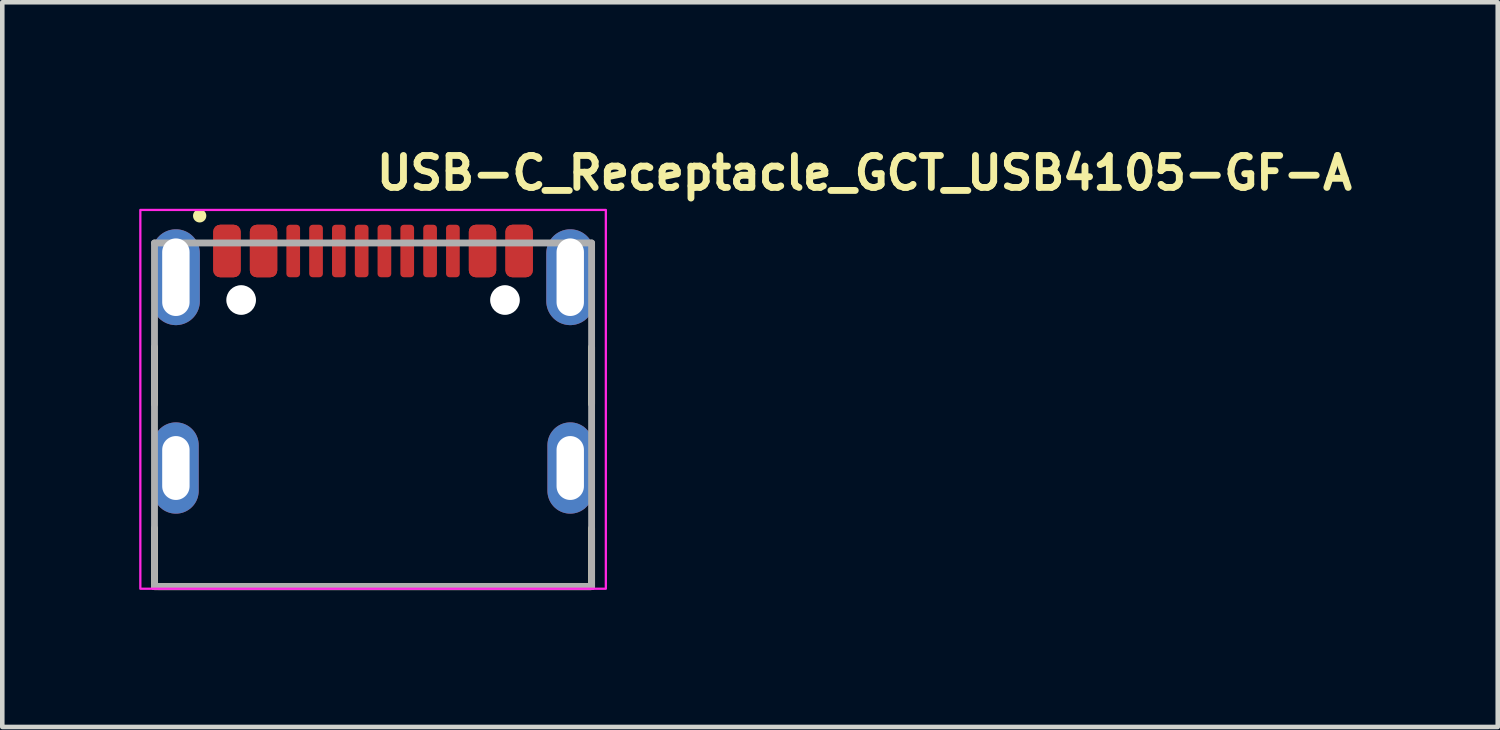
<source format=kicad_pcb>
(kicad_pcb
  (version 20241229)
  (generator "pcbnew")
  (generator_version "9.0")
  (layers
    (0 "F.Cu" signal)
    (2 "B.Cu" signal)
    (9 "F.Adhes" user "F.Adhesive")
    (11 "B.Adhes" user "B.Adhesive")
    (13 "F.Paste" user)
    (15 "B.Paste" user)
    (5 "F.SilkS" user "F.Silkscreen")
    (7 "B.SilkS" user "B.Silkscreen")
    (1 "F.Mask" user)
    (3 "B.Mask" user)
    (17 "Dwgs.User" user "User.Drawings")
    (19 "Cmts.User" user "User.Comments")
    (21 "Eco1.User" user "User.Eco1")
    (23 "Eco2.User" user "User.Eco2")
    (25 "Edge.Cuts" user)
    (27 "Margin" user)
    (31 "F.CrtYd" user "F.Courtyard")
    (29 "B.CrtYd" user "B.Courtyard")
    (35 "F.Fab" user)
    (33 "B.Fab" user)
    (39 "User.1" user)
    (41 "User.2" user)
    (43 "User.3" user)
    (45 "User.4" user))
  (footprint "USB-C_Receptacle_GCT_USB4105-GF-A"
    (layer "F.Cu")
    (at 5.125 5.95)
    (property "Reference" "USB-C_Receptacle_GCT_USB4105-GF-A" (at 0 -4.8 0) (layer "F.SilkS") (effects (font (size 0.7 0.7) (thickness 0.15)) (justify left bottom)))
    (attr smd)
    (fp_line (start -4.79 -1.395) (end -4.79 -0.145) (stroke (width 0.15) (type solid)) (layer "F.SilkS"))
    (fp_line (start -4.79 2.575) (end -4.79 3.854) (stroke (width 0.15) (type solid)) (layer "F.SilkS"))
    (fp_line (start -4.79 3.854) (end 4.788 3.854) (stroke (width 0.15) (type solid)) (layer "F.SilkS"))
    (fp_line (start 4.788 -1.395) (end 4.788 -0.145) (stroke (width 0.15) (type solid)) (layer "F.SilkS"))
    (fp_line (start 4.788 3.854) (end 4.788 2.575) (stroke (width 0.15) (type solid)) (layer "F.SilkS"))
    (fp_circle (center -3.8 -4.271) (end -3.75 -4.221) (stroke (width 0.15) (type solid)) (fill yes) (layer "F.SilkS"))
    (fp_rect (start -5.1 -4.4) (end 5.1 3.9) (stroke (width 0.05) (type solid)) (fill no) (layer "F.CrtYd"))
    (fp_line (start -4.79 -3.676) (end 4.788 -3.676) (stroke (width 0.15) (type solid)) (layer "F.Fab"))
    (fp_line (start -4.79 3.854) (end -4.79 -3.676) (stroke (width 0.15) (type solid)) (layer "F.Fab"))
    (fp_line (start -4.702 3.854) (end 4.788 3.854) (stroke (width 0.15) (type solid)) (layer "F.Fab"))
    (fp_line (start 4.788 -3.676) (end 4.788 3.854) (stroke (width 0.15) (type solid)) (layer "F.Fab"))
    (fp_line (start 4.788 3.854) (end -4.79 3.854) (stroke (width 0.15) (type solid)) (layer "F.Fab"))
    (fp_rect (start -4.79 -3.856) (end 4.788 3.854) (stroke (width 0.1) (type solid)) (fill no) (layer "User.5"))
    (fp_line (start -4.79 -3.25) (end -4.79 -3.226) (stroke (width 0.02) (type solid)) (layer "User.9"))
    (fp_line (start -4.79 -3.226) (end -4.79 -2.077) (stroke (width 0.02) (type solid)) (layer "User.9"))
    (fp_line (start -4.79 -1.875) (end -4.79 -2.077) (stroke (width 0.02) (type solid)) (layer "User.9"))
    (fp_line (start -4.789 -3.273) (end -4.79 -3.25) (stroke (width 0.02) (type solid)) (layer "User.9"))
    (fp_line (start -4.786 -3.294) (end -4.789 -3.273) (stroke (width 0.02) (type solid)) (layer "User.9"))
    (fp_line (start -4.781 -3.317) (end -4.786 -3.294) (stroke (width 0.02) (type solid)) (layer "User.9"))
    (fp_line (start -4.776 -3.339) (end -4.781 -3.317) (stroke (width 0.02) (type solid)) (layer "User.9"))
    (fp_line (start -4.771 -3.359) (end -4.776 -3.339) (stroke (width 0.02) (type solid)) (layer "User.9"))
    (fp_line (start -4.763 -3.38) (end -4.771 -3.359) (stroke (width 0.02) (type solid)) (layer "User.9"))
    (fp_line (start -4.755 -3.402) (end -4.763 -3.38) (stroke (width 0.02) (type solid)) (layer "User.9"))
    (fp_line (start -4.747 -3.422) (end -4.755 -3.402) (stroke (width 0.02) (type solid)) (layer "User.9"))
    (fp_line (start -4.736 -3.44) (end -4.747 -3.422) (stroke (width 0.02) (type solid)) (layer "User.9"))
    (fp_line (start -4.726 -3.46) (end -4.736 -3.44) (stroke (width 0.02) (type solid)) (layer "User.9"))
    (fp_line (start -4.715 -3.477) (end -4.726 -3.46) (stroke (width 0.02) (type solid)) (layer "User.9"))
    (fp_line (start -4.702 -3.496) (end -4.715 -3.477) (stroke (width 0.02) (type solid)) (layer "User.9"))
    (fp_line (start -4.688 -3.512) (end -4.702 -3.496) (stroke (width 0.02) (type solid)) (layer "User.9"))
    (fp_line (start -4.675 -3.528) (end -4.688 -3.512) (stroke (width 0.02) (type solid)) (layer "User.9"))
    (fp_line (start -4.659 -3.544) (end -4.675 -3.528) (stroke (width 0.02) (type solid)) (layer "User.9"))
    (fp_line (start -4.643 -3.56) (end -4.659 -3.544) (stroke (width 0.02) (type solid)) (layer "User.9"))
    (fp_line (start -4.64 -1.875) (end -4.79 -1.875) (stroke (width 0.02) (type solid)) (layer "User.9"))
    (fp_line (start -4.64 -1.875) (end -4.6 -1.917) (stroke (width 0.02) (type solid)) (layer "User.9"))
    (fp_line (start -4.627 -3.573) (end -4.643 -3.56) (stroke (width 0.02) (type solid)) (layer "User.9"))
    (fp_line (start -4.611 -3.586) (end -4.627 -3.573) (stroke (width 0.02) (type solid)) (layer "User.9"))
    (fp_line (start -4.6 -1.917) (end -4.6 -1.917) (stroke (width 0.02) (type solid)) (layer "User.9"))
    (fp_line (start -4.6 -1.917) (end -4.491 -2.025) (stroke (width 0.02) (type solid)) (layer "User.9"))
    (fp_line (start -4.593 -3.6) (end -4.611 -3.586) (stroke (width 0.02) (type solid)) (layer "User.9"))
    (fp_line (start -4.574 -3.61) (end -4.593 -3.6) (stroke (width 0.02) (type solid)) (layer "User.9"))
    (fp_line (start -4.555 -3.621) (end -4.574 -3.61) (stroke (width 0.02) (type solid)) (layer "User.9"))
    (fp_line (start -4.537 -3.632) (end -4.555 -3.621) (stroke (width 0.02) (type solid)) (layer "User.9"))
    (fp_line (start -4.516 -3.641) (end -4.537 -3.632) (stroke (width 0.02) (type solid)) (layer "User.9"))
    (fp_line (start -4.496 -3.649) (end -4.516 -3.641) (stroke (width 0.02) (type solid)) (layer "User.9"))
    (fp_line (start -4.491 -3.242) (end -4.491 -3.234) (stroke (width 0.02) (type solid)) (layer "User.9"))
    (fp_line (start -4.491 -3.234) (end -4.491 -3.226) (stroke (width 0.02) (type solid)) (layer "User.9"))
    (fp_line (start -4.491 -3.226) (end -4.491 -2.077) (stroke (width 0.02) (type solid)) (layer "User.9"))
    (fp_line (start -4.491 -2.327) (end -4.47 -2.327) (stroke (width 0.02) (type solid)) (layer "User.9"))
    (fp_line (start -4.491 -2.025) (end -4.491 -2.077) (stroke (width 0.02) (type solid)) (layer "User.9"))
    (fp_line (start -4.489 -3.249) (end -4.491 -3.242) (stroke (width 0.02) (type solid)) (layer "User.9"))
    (fp_line (start -4.488 -3.257) (end -4.489 -3.249) (stroke (width 0.02) (type solid)) (layer "User.9"))
    (fp_line (start -4.486 -3.263) (end -4.488 -3.257) (stroke (width 0.02) (type solid)) (layer "User.9"))
    (fp_line (start -4.484 -3.27) (end -4.486 -3.263) (stroke (width 0.02) (type solid)) (layer "User.9"))
    (fp_line (start -4.481 -3.278) (end -4.484 -3.27) (stroke (width 0.02) (type solid)) (layer "User.9"))
    (fp_line (start -4.479 -3.285) (end -4.481 -3.278) (stroke (width 0.02) (type solid)) (layer "User.9"))
    (fp_line (start -4.476 -3.291) (end -4.479 -3.285) (stroke (width 0.02) (type solid)) (layer "User.9"))
    (fp_line (start -4.475 -3.656) (end -4.496 -3.649) (stroke (width 0.02) (type solid)) (layer "User.9"))
    (fp_line (start -4.473 -3.298) (end -4.476 -3.291) (stroke (width 0.02) (type solid)) (layer "User.9"))
    (fp_line (start -4.47 -3.303) (end -4.473 -3.298) (stroke (width 0.02) (type solid)) (layer "User.9"))
    (fp_line (start -4.47 -3.176) (end -4.47 -3.301) (stroke (width 0.02) (type solid)) (layer "User.9"))
    (fp_line (start -4.47 -3.176) (end -4.47 -3.125) (stroke (width 0.02) (type solid)) (layer "User.9"))
    (fp_line (start -4.47 -3.125) (end -4.47 3.854) (stroke (width 0.02) (type solid)) (layer "User.9"))
    (fp_line (start -4.47 -2.952) (end -4.491 -2.923) (stroke (width 0.02) (type solid)) (layer "User.9"))
    (fp_line (start -4.465 -3.31) (end -4.47 -3.303) (stroke (width 0.02) (type solid)) (layer "User.9"))
    (fp_line (start -4.462 -3.315) (end -4.465 -3.31) (stroke (width 0.02) (type solid)) (layer "User.9"))
    (fp_line (start -4.462 -3.125) (end -4.47 -3.125) (stroke (width 0.02) (type solid)) (layer "User.9"))
    (fp_line (start -4.462 -3.125) (end -4.462 -3.125) (stroke (width 0.02) (type solid)) (layer "User.9"))
    (fp_line (start -4.462 3.854) (end -4.47 3.854) (stroke (width 0.02) (type solid)) (layer "User.9"))
    (fp_line (start -4.462 3.854) (end -4.462 3.854) (stroke (width 0.02) (type solid)) (layer "User.9"))
    (fp_line (start -4.457 -3.322) (end -4.462 -3.315) (stroke (width 0.02) (type solid)) (layer "User.9"))
    (fp_line (start -4.454 -3.661) (end -4.475 -3.656) (stroke (width 0.02) (type solid)) (layer "User.9"))
    (fp_line (start -4.452 -3.326) (end -4.457 -3.322) (stroke (width 0.02) (type solid)) (layer "User.9"))
    (fp_line (start -4.447 -3.332) (end -4.452 -3.326) (stroke (width 0.02) (type solid)) (layer "User.9"))
    (fp_line (start -4.441 -3.338) (end -4.447 -3.332) (stroke (width 0.02) (type solid)) (layer "User.9"))
    (fp_line (start -4.438 -3.125) (end -4.462 -3.125) (stroke (width 0.02) (type solid)) (layer "User.9"))
    (fp_line (start -4.438 -3.125) (end -4.438 -3.125) (stroke (width 0.02) (type solid)) (layer "User.9"))
    (fp_line (start -4.438 3.854) (end -4.462 3.854) (stroke (width 0.02) (type solid)) (layer "User.9"))
    (fp_line (start -4.438 3.854) (end -4.438 3.854) (stroke (width 0.02) (type solid)) (layer "User.9"))
    (fp_line (start -4.436 -3.342) (end -4.441 -3.338) (stroke (width 0.02) (type solid)) (layer "User.9"))
    (fp_line (start -4.431 -3.666) (end -4.454 -3.661) (stroke (width 0.02) (type solid)) (layer "User.9"))
    (fp_line (start -4.43 -3.347) (end -4.436 -3.342) (stroke (width 0.02) (type solid)) (layer "User.9"))
    (fp_line (start -4.425 -3.351) (end -4.43 -3.347) (stroke (width 0.02) (type solid)) (layer "User.9"))
    (fp_line (start -4.419 -3.355) (end -4.425 -3.351) (stroke (width 0.02) (type solid)) (layer "User.9"))
    (fp_line (start -4.412 -3.358) (end -4.419 -3.355) (stroke (width 0.02) (type solid)) (layer "User.9"))
    (fp_line (start -4.409 -3.67) (end -4.431 -3.666) (stroke (width 0.02) (type solid)) (layer "User.9"))
    (fp_line (start -4.406 -3.362) (end -4.412 -3.358) (stroke (width 0.02) (type solid)) (layer "User.9"))
    (fp_line (start -4.399 -3.364) (end -4.406 -3.362) (stroke (width 0.02) (type solid)) (layer "User.9"))
    (fp_line (start -4.399 -3.125) (end -4.438 -3.125) (stroke (width 0.02) (type solid)) (layer "User.9"))
    (fp_line (start -4.399 -3.125) (end -4.399 -3.125) (stroke (width 0.02) (type solid)) (layer "User.9"))
    (fp_line (start -4.399 3.854) (end -4.438 3.854) (stroke (width 0.02) (type solid)) (layer "User.9"))
    (fp_line (start -4.399 3.854) (end -4.399 3.854) (stroke (width 0.02) (type solid)) (layer "User.9"))
    (fp_line (start -4.393 -3.367) (end -4.399 -3.364) (stroke (width 0.02) (type solid)) (layer "User.9"))
    (fp_line (start -4.388 -3.673) (end -4.409 -3.67) (stroke (width 0.02) (type solid)) (layer "User.9"))
    (fp_line (start -4.385 -3.37) (end -4.393 -3.367) (stroke (width 0.02) (type solid)) (layer "User.9"))
    (fp_line (start -4.379 -3.371) (end -4.385 -3.37) (stroke (width 0.02) (type solid)) (layer "User.9"))
    (fp_line (start -4.372 -3.372) (end -4.379 -3.371) (stroke (width 0.02) (type solid)) (layer "User.9"))
    (fp_line (start -4.364 -3.676) (end -4.388 -3.673) (stroke (width 0.02) (type solid)) (layer "User.9"))
    (fp_line (start -4.364 -3.375) (end -4.372 -3.372) (stroke (width 0.02) (type solid)) (layer "User.9"))
    (fp_line (start -4.363 -3.285) (end -4.47 -3.176) (stroke (width 0.02) (type solid)) (layer "User.9"))
    (fp_line (start -4.363 -3.285) (end -4.363 -3.285) (stroke (width 0.02) (type solid)) (layer "User.9"))
    (fp_line (start -4.356 -3.375) (end -4.364 -3.375) (stroke (width 0.02) (type solid)) (layer "User.9"))
    (fp_line (start -4.348 -3.375) (end -4.356 -3.375) (stroke (width 0.02) (type solid)) (layer "User.9"))
    (fp_line (start -4.345 -3.125) (end -4.399 -3.125) (stroke (width 0.02) (type solid)) (layer "User.9"))
    (fp_line (start -4.345 -3.125) (end -4.345 -3.125) (stroke (width 0.02) (type solid)) (layer "User.9"))
    (fp_line (start -4.345 3.854) (end -4.399 3.854) (stroke (width 0.02) (type solid)) (layer "User.9"))
    (fp_line (start -4.345 3.854) (end -4.345 3.854) (stroke (width 0.02) (type solid)) (layer "User.9"))
    (fp_line (start -4.34 -3.676) (end -4.364 -3.676) (stroke (width 0.02) (type solid)) (layer "User.9"))
    (fp_line (start -4.34 -3.676) (end -4.321 -3.676) (stroke (width 0.02) (type solid)) (layer "User.9"))
    (fp_line (start -4.34 -3.375) (end -4.348 -3.375) (stroke (width 0.02) (type solid)) (layer "User.9"))
    (fp_line (start -4.34 -3.375) (end -4.321 -3.375) (stroke (width 0.02) (type solid)) (layer "User.9"))
    (fp_line (start -4.321 -3.676) (end -4.314 -3.676) (stroke (width 0.02) (type solid)) (layer "User.9"))
    (fp_line (start -4.321 -3.375) (end -4.321 -3.676) (stroke (width 0.02) (type solid)) (layer "User.9"))
    (fp_line (start -4.321 -3.375) (end -4.321 -3.326) (stroke (width 0.02) (type solid)) (layer "User.9"))
    (fp_line (start -4.321 -3.375) (end -4.314 -3.375) (stroke (width 0.02) (type solid)) (layer "User.9"))
    (fp_line (start -4.321 -3.326) (end -4.363 -3.285) (stroke (width 0.02) (type solid)) (layer "User.9"))
    (fp_line (start -4.314 -3.676) (end -4.314 -3.676) (stroke (width 0.02) (type solid)) (layer "User.9"))
    (fp_line (start -4.314 -3.676) (end -4.297 -3.676) (stroke (width 0.02) (type solid)) (layer "User.9"))
    (fp_line (start -4.314 -3.375) (end -4.314 -3.375) (stroke (width 0.02) (type solid)) (layer "User.9"))
    (fp_line (start -4.314 -3.375) (end -4.297 -3.375) (stroke (width 0.02) (type solid)) (layer "User.9"))
    (fp_line (start -4.297 -3.676) (end -4.297 -3.676) (stroke (width 0.02) (type solid)) (layer "User.9"))
    (fp_line (start -4.297 -3.676) (end -4.268 -3.676) (stroke (width 0.02) (type solid)) (layer "User.9"))
    (fp_line (start -4.297 -3.375) (end -4.297 -3.375) (stroke (width 0.02) (type solid)) (layer "User.9"))
    (fp_line (start -4.297 -3.375) (end -4.268 -3.375) (stroke (width 0.02) (type solid)) (layer "User.9"))
    (fp_line (start -4.274 -3.125) (end -4.345 -3.125) (stroke (width 0.02) (type solid)) (layer "User.9"))
    (fp_line (start -4.274 -3.125) (end -4.274 -3.125) (stroke (width 0.02) (type solid)) (layer "User.9"))
    (fp_line (start -4.274 3.854) (end -4.345 3.854) (stroke (width 0.02) (type solid)) (layer "User.9"))
    (fp_line (start -4.274 3.854) (end -4.274 3.854) (stroke (width 0.02) (type solid)) (layer "User.9"))
    (fp_line (start -4.268 -3.676) (end -4.268 -3.676) (stroke (width 0.02) (type solid)) (layer "User.9"))
    (fp_line (start -4.268 -3.676) (end -4.225 -3.676) (stroke (width 0.02) (type solid)) (layer "User.9"))
    (fp_line (start -4.268 -3.375) (end -4.268 -3.375) (stroke (width 0.02) (type solid)) (layer "User.9"))
    (fp_line (start -4.268 -3.375) (end -4.225 -3.375) (stroke (width 0.02) (type solid)) (layer "User.9"))
    (fp_line (start -4.225 -3.676) (end -4.225 -3.676) (stroke (width 0.02) (type solid)) (layer "User.9"))
    (fp_line (start -4.225 -3.676) (end -4.173 -3.676) (stroke (width 0.02) (type solid)) (layer "User.9"))
    (fp_line (start -4.225 -3.375) (end -4.225 -3.375) (stroke (width 0.02) (type solid)) (layer "User.9"))
    (fp_line (start -4.225 -3.375) (end -4.173 -3.375) (stroke (width 0.02) (type solid)) (layer "User.9"))
    (fp_line (start -4.191 -3.125) (end -4.274 -3.125) (stroke (width 0.02) (type solid)) (layer "User.9"))
    (fp_line (start -4.191 -3.125) (end -4.191 -3.125) (stroke (width 0.02) (type solid)) (layer "User.9"))
    (fp_line (start -4.191 3.854) (end -4.274 3.854) (stroke (width 0.02) (type solid)) (layer "User.9"))
    (fp_line (start -4.191 3.854) (end -4.191 3.854) (stroke (width 0.02) (type solid)) (layer "User.9"))
    (fp_line (start -4.173 -3.676) (end -4.173 -3.676) (stroke (width 0.02) (type solid)) (layer "User.9"))
    (fp_line (start -4.173 -3.676) (end -4.111 -3.676) (stroke (width 0.02) (type solid)) (layer "User.9"))
    (fp_line (start -4.173 -3.375) (end -4.173 -3.375) (stroke (width 0.02) (type solid)) (layer "User.9"))
    (fp_line (start -4.173 -3.375) (end -4.111 -3.375) (stroke (width 0.02) (type solid)) (layer "User.9"))
    (fp_line (start -4.17 -3.375) (end -4.17 -3.326) (stroke (width 0.02) (type solid)) (layer "User.9"))
    (fp_line (start -4.17 -3.326) (end -4.321 -3.326) (stroke (width 0.02) (type solid)) (layer "User.9"))
    (fp_line (start -4.17 -3.326) (end -4.17 -3.176) (stroke (width 0.02) (type solid)) (layer "User.9"))
    (fp_line (start -4.17 -3.176) (end -3.972 -3.375) (stroke (width 0.02) (type solid)) (layer "User.9"))
    (fp_line (start -4.17 -3.125) (end -4.17 -3.176) (stroke (width 0.02) (type solid)) (layer "User.9"))
    (fp_line (start -4.164 -3.176) (end -4.17 -3.176) (stroke (width 0.02) (type solid)) (layer "User.9"))
    (fp_line (start -4.164 -3.176) (end -4.164 -3.176) (stroke (width 0.02) (type solid)) (layer "User.9"))
    (fp_line (start -4.146 -3.176) (end -4.164 -3.176) (stroke (width 0.02) (type solid)) (layer "User.9"))
    (fp_line (start -4.146 -3.176) (end -4.146 -3.176) (stroke (width 0.02) (type solid)) (layer "User.9"))
    (fp_line (start -4.116 -3.176) (end -4.146 -3.176) (stroke (width 0.02) (type solid)) (layer "User.9"))
    (fp_line (start -4.116 -3.176) (end -4.116 -3.176) (stroke (width 0.02) (type solid)) (layer "User.9"))
    (fp_line (start -4.111 -3.676) (end -4.111 -3.676) (stroke (width 0.02) (type solid)) (layer "User.9"))
    (fp_line (start -4.111 -3.676) (end -4.037 -3.676) (stroke (width 0.02) (type solid)) (layer "User.9"))
    (fp_line (start -4.111 -3.375) (end -4.111 -3.375) (stroke (width 0.02) (type solid)) (layer "User.9"))
    (fp_line (start -4.111 -3.375) (end -4.037 -3.375) (stroke (width 0.02) (type solid)) (layer "User.9"))
    (fp_line (start -4.096 -3.125) (end -4.191 -3.125) (stroke (width 0.02) (type solid)) (layer "User.9"))
    (fp_line (start -4.096 -3.125) (end -4.096 -3.125) (stroke (width 0.02) (type solid)) (layer "User.9"))
    (fp_line (start -4.096 3.854) (end -4.191 3.854) (stroke (width 0.02) (type solid)) (layer "User.9"))
    (fp_line (start -4.096 3.854) (end -4.096 3.854) (stroke (width 0.02) (type solid)) (layer "User.9"))
    (fp_line (start -4.074 -3.176) (end -4.116 -3.176) (stroke (width 0.02) (type solid)) (layer "User.9"))
    (fp_line (start -4.074 -3.176) (end -4.074 -3.176) (stroke (width 0.02) (type solid)) (layer "User.9"))
    (fp_line (start -4.037 -3.676) (end -4.037 -3.676) (stroke (width 0.02) (type solid)) (layer "User.9"))
    (fp_line (start -4.037 -3.676) (end -3.955 -3.676) (stroke (width 0.02) (type solid)) (layer "User.9"))
    (fp_line (start -4.037 -3.375) (end -4.037 -3.375) (stroke (width 0.02) (type solid)) (layer "User.9"))
    (fp_line (start -4.037 -3.375) (end -3.955 -3.375) (stroke (width 0.02) (type solid)) (layer "User.9"))
    (fp_line (start -4.021 -3.176) (end -4.074 -3.176) (stroke (width 0.02) (type solid)) (layer "User.9"))
    (fp_line (start -4.021 -3.176) (end -4.021 -3.176) (stroke (width 0.02) (type solid)) (layer "User.9"))
    (fp_line (start -3.989 -3.125) (end -4.096 -3.125) (stroke (width 0.02) (type solid)) (layer "User.9"))
    (fp_line (start -3.989 -3.125) (end -3.989 -3.125) (stroke (width 0.02) (type solid)) (layer "User.9"))
    (fp_line (start -3.989 3.854) (end -4.096 3.854) (stroke (width 0.02) (type solid)) (layer "User.9"))
    (fp_line (start -3.989 3.854) (end -3.989 3.854) (stroke (width 0.02) (type solid)) (layer "User.9"))
    (fp_line (start -3.958 -3.176) (end -4.021 -3.176) (stroke (width 0.02) (type solid)) (layer "User.9"))
    (fp_line (start -3.958 -3.176) (end -3.958 -3.176) (stroke (width 0.02) (type solid)) (layer "User.9"))
    (fp_line (start -3.955 -3.676) (end -3.955 -3.676) (stroke (width 0.02) (type solid)) (layer "User.9"))
    (fp_line (start -3.955 -3.676) (end -3.769 -3.676) (stroke (width 0.02) (type solid)) (layer "User.9"))
    (fp_line (start -3.955 -3.375) (end -3.955 -3.375) (stroke (width 0.02) (type solid)) (layer "User.9"))
    (fp_line (start -3.955 -3.375) (end -3.769 -3.375) (stroke (width 0.02) (type solid)) (layer "User.9"))
    (fp_line (start -3.883 -3.176) (end -3.958 -3.176) (stroke (width 0.02) (type solid)) (layer "User.9"))
    (fp_line (start -3.883 -3.176) (end -3.883 -3.176) (stroke (width 0.02) (type solid)) (layer "User.9"))
    (fp_line (start -3.871 -3.125) (end -3.989 -3.125) (stroke (width 0.02) (type solid)) (layer "User.9"))
    (fp_line (start -3.871 -3.125) (end -3.871 -3.125) (stroke (width 0.02) (type solid)) (layer "User.9"))
    (fp_line (start -3.871 3.854) (end -3.989 3.854) (stroke (width 0.02) (type solid)) (layer "User.9"))
    (fp_line (start -3.871 3.854) (end -3.871 3.854) (stroke (width 0.02) (type solid)) (layer "User.9"))
    (fp_line (start -3.769 -3.676) (end -3.769 -3.676) (stroke (width 0.02) (type solid)) (layer "User.9"))
    (fp_line (start -3.769 -3.676) (end -3.33 -3.676) (stroke (width 0.02) (type solid)) (layer "User.9"))
    (fp_line (start -3.769 -3.375) (end -3.769 -3.375) (stroke (width 0.02) (type solid)) (layer "User.9"))
    (fp_line (start -3.769 -3.375) (end -3.33 -3.375) (stroke (width 0.02) (type solid)) (layer "User.9"))
    (fp_line (start -3.713 -3.176) (end -3.883 -3.176) (stroke (width 0.02) (type solid)) (layer "User.9"))
    (fp_line (start -3.713 -3.176) (end -3.713 -3.176) (stroke (width 0.02) (type solid)) (layer "User.9"))
    (fp_line (start -3.613 -3.125) (end -3.871 -3.125) (stroke (width 0.02) (type solid)) (layer "User.9"))
    (fp_line (start -3.613 -3.125) (end -3.613 -3.125) (stroke (width 0.02) (type solid)) (layer "User.9"))
    (fp_line (start -3.613 3.854) (end -3.871 3.854) (stroke (width 0.02) (type solid)) (layer "User.9"))
    (fp_line (start -3.613 3.854) (end -3.613 3.854) (stroke (width 0.02) (type solid)) (layer "User.9"))
    (fp_line (start -3.515 -3.176) (end -3.713 -3.176) (stroke (width 0.02) (type solid)) (layer "User.9"))
    (fp_line (start -3.515 -3.176) (end -3.515 -3.176) (stroke (width 0.02) (type solid)) (layer "User.9"))
    (fp_line (start -3.451 -3.856) (end -3.451 -3.676) (stroke (width 0.02) (type solid)) (layer "User.9"))
    (fp_line (start -3.451 -3.856) (end -3.21 -3.856) (stroke (width 0.02) (type solid)) (layer "User.9"))
    (fp_line (start -3.33 -3.676) (end -3.293 -3.676) (stroke (width 0.02) (type solid)) (layer "User.9"))
    (fp_line (start -3.33 -3.375) (end -3.293 -3.375) (stroke (width 0.02) (type solid)) (layer "User.9"))
    (fp_line (start -3.293 -3.676) (end -3.009 -3.676) (stroke (width 0.02) (type solid)) (layer "User.9"))
    (fp_line (start -3.293 -3.375) (end -3.009 -3.375) (stroke (width 0.02) (type solid)) (layer "User.9"))
    (fp_line (start -3.21 -3.856) (end -3.21 -3.676) (stroke (width 0.02) (type solid)) (layer "User.9"))
    (fp_line (start -3.19 -3.856) (end -3.19 -3.676) (stroke (width 0.02) (type solid)) (layer "User.9"))
    (fp_line (start -3.19 -3.856) (end -2.952 -3.856) (stroke (width 0.02) (type solid)) (layer "User.9"))
    (fp_line (start -3.19 -3.176) (end -3.515 -3.176) (stroke (width 0.02) (type solid)) (layer "User.9"))
    (fp_line (start -3.19 -3.125) (end -3.613 -3.125) (stroke (width 0.02) (type solid)) (layer "User.9"))
    (fp_line (start -3.19 3.854) (end -3.613 3.854) (stroke (width 0.02) (type solid)) (layer "User.9"))
    (fp_line (start -3.009 -3.676) (end -2.868 -3.676) (stroke (width 0.02) (type solid)) (layer "User.9"))
    (fp_line (start -3.009 -3.375) (end -2.868 -3.375) (stroke (width 0.02) (type solid)) (layer "User.9"))
    (fp_line (start -2.952 -3.856) (end -2.952 -3.676) (stroke (width 0.02) (type solid)) (layer "User.9"))
    (fp_line (start -2.868 -3.676) (end -2.609 -3.676) (stroke (width 0.02) (type solid)) (layer "User.9"))
    (fp_line (start -2.868 -3.375) (end -2.609 -3.375) (stroke (width 0.02) (type solid)) (layer "User.9"))
    (fp_line (start -2.709 -3.125) (end -3.19 -3.125) (stroke (width 0.02) (type solid)) (layer "User.9"))
    (fp_line (start -2.703 -3.126) (end -2.709 -3.126) (stroke (width 0.02) (type solid)) (layer "User.9"))
    (fp_line (start -2.698 -3.126) (end -2.703 -3.126) (stroke (width 0.02) (type solid)) (layer "User.9"))
    (fp_line (start -2.694 -3.128) (end -2.698 -3.126) (stroke (width 0.02) (type solid)) (layer "User.9"))
    (fp_line (start -2.689 -3.129) (end -2.694 -3.128) (stroke (width 0.02) (type solid)) (layer "User.9"))
    (fp_line (start -2.684 -3.129) (end -2.689 -3.129) (stroke (width 0.02) (type solid)) (layer "User.9"))
    (fp_line (start -2.678 -3.13) (end -2.684 -3.129) (stroke (width 0.02) (type solid)) (layer "User.9"))
    (fp_line (start -2.674 -3.133) (end -2.678 -3.13) (stroke (width 0.02) (type solid)) (layer "User.9"))
    (fp_line (start -2.669 -3.133) (end -2.674 -3.133) (stroke (width 0.02) (type solid)) (layer "User.9"))
    (fp_line (start -2.665 -3.136) (end -2.669 -3.133) (stroke (width 0.02) (type solid)) (layer "User.9"))
    (fp_line (start -2.661 -3.138) (end -2.665 -3.136) (stroke (width 0.02) (type solid)) (layer "User.9"))
    (fp_line (start -2.657 -3.141) (end -2.661 -3.138) (stroke (width 0.02) (type solid)) (layer "User.9"))
    (fp_line (start -2.653 -3.144) (end -2.657 -3.141) (stroke (width 0.02) (type solid)) (layer "User.9"))
    (fp_line (start -2.65 -3.856) (end -2.65 -3.676) (stroke (width 0.02) (type solid)) (layer "User.9"))
    (fp_line (start -2.65 -3.856) (end -2.411 -3.856) (stroke (width 0.02) (type solid)) (layer "User.9"))
    (fp_line (start -2.65 -1.426) (end -2.65 -1.401) (stroke (width 0.02) (type solid)) (layer "User.9"))
    (fp_line (start -2.65 -1.426) (end -1.351 -1.426) (stroke (width 0.02) (type solid)) (layer "User.9"))
    (fp_line (start -2.65 -1.401) (end -2.65 -1.426) (stroke (width 0.02) (type solid)) (layer "User.9"))
    (fp_line (start -2.65 -1.401) (end -2.564 -1.401) (stroke (width 0.02) (type solid)) (layer "User.9"))
    (fp_line (start -2.65 -0.951) (end -2.65 -0.927) (stroke (width 0.02) (type solid)) (layer "User.9"))
    (fp_line (start -2.65 -0.927) (end -1.351 -0.927) (stroke (width 0.02) (type solid)) (layer "User.9"))
    (fp_line (start -2.649 -3.145) (end -2.653 -3.144) (stroke (width 0.02) (type solid)) (layer "User.9"))
    (fp_line (start -2.645 -3.149) (end -2.649 -3.145) (stroke (width 0.02) (type solid)) (layer "User.9"))
    (fp_line (start -2.641 -3.152) (end -2.645 -3.149) (stroke (width 0.02) (type solid)) (layer "User.9"))
    (fp_line (start -2.637 -3.156) (end -2.641 -3.152) (stroke (width 0.02) (type solid)) (layer "User.9"))
    (fp_line (start -2.634 -3.158) (end -2.637 -3.156) (stroke (width 0.02) (type solid)) (layer "User.9"))
    (fp_line (start -2.632 -3.162) (end -2.634 -3.158) (stroke (width 0.02) (type solid)) (layer "User.9"))
    (fp_line (start -2.629 -3.166) (end -2.632 -3.162) (stroke (width 0.02) (type solid)) (layer "User.9"))
    (fp_line (start -2.625 -3.17) (end -2.629 -3.166) (stroke (width 0.02) (type solid)) (layer "User.9"))
    (fp_line (start -2.622 -3.174) (end -2.625 -3.17) (stroke (width 0.02) (type solid)) (layer "User.9"))
    (fp_line (start -2.621 -3.178) (end -2.622 -3.174) (stroke (width 0.02) (type solid)) (layer "User.9"))
    (fp_line (start -2.621 -3.176) (end -3.19 -3.176) (stroke (width 0.02) (type solid)) (layer "User.9"))
    (fp_line (start -2.618 -3.182) (end -2.621 -3.178) (stroke (width 0.02) (type solid)) (layer "User.9"))
    (fp_line (start -2.617 -3.188) (end -2.618 -3.182) (stroke (width 0.02) (type solid)) (layer "User.9"))
    (fp_line (start -2.614 -3.192) (end -2.617 -3.188) (stroke (width 0.02) (type solid)) (layer "User.9"))
    (fp_line (start -2.613 -3.197) (end -2.614 -3.192) (stroke (width 0.02) (type solid)) (layer "User.9"))
    (fp_line (start -2.612 -3.202) (end -2.613 -3.197) (stroke (width 0.02) (type solid)) (layer "User.9"))
    (fp_line (start -2.61 -3.206) (end -2.612 -3.202) (stroke (width 0.02) (type solid)) (layer "User.9"))
    (fp_line (start -2.609 -3.676) (end -1.744 -3.676) (stroke (width 0.02) (type solid)) (layer "User.9"))
    (fp_line (start -2.609 -3.544) (end -2.609 -3.676) (stroke (width 0.02) (type solid)) (layer "User.9"))
    (fp_line (start -2.609 -3.544) (end -2.609 -3.544) (stroke (width 0.02) (type solid)) (layer "User.9"))
    (fp_line (start -2.609 -3.226) (end -2.609 -3.544) (stroke (width 0.02) (type solid)) (layer "User.9"))
    (fp_line (start -2.609 -3.226) (end -2.609 -3.221) (stroke (width 0.02) (type solid)) (layer "User.9"))
    (fp_line (start -2.609 -3.221) (end -2.609 -3.215) (stroke (width 0.02) (type solid)) (layer "User.9"))
    (fp_line (start -2.609 -3.215) (end -2.609 -3.21) (stroke (width 0.02) (type solid)) (layer "User.9"))
    (fp_line (start -2.609 -3.21) (end -2.61 -3.206) (stroke (width 0.02) (type solid)) (layer "User.9"))
    (fp_line (start -2.564 -0.951) (end -2.65 -0.951) (stroke (width 0.02) (type solid)) (layer "User.9"))
    (fp_line (start -2.411 -3.856) (end -2.411 -3.676) (stroke (width 0.02) (type solid)) (layer "User.9"))
    (fp_line (start -2.391 -3.856) (end -2.391 -3.676) (stroke (width 0.02) (type solid)) (layer "User.9"))
    (fp_line (start -2.391 -3.856) (end -2.15 -3.856) (stroke (width 0.02) (type solid)) (layer "User.9"))
    (fp_line (start -2.234 -1.401) (end -2.564 -1.401) (stroke (width 0.02) (type solid)) (layer "User.9"))
    (fp_line (start -2.234 -0.951) (end -2.564 -0.951) (stroke (width 0.02) (type solid)) (layer "User.9"))
    (fp_line (start -2.15 -3.856) (end -2.15 -3.676) (stroke (width 0.02) (type solid)) (layer "User.9"))
    (fp_line (start -2.148 -1.401) (end -2.234 -1.401) (stroke (width 0.02) (type solid)) (layer "User.9"))
    (fp_line (start -2.148 -0.951) (end -2.234 -0.951) (stroke (width 0.02) (type solid)) (layer "User.9"))
    (fp_line (start -2.101 -1.401) (end -2.148 -1.401) (stroke (width 0.02) (type solid)) (layer "User.9"))
    (fp_line (start -2.101 -0.951) (end -2.148 -0.951) (stroke (width 0.02) (type solid)) (layer "User.9"))
    (fp_line (start -1.901 -1.401) (end -2.101 -1.401) (stroke (width 0.02) (type solid)) (layer "User.9"))
    (fp_line (start -1.901 -0.951) (end -2.101 -0.951) (stroke (width 0.02) (type solid)) (layer "User.9"))
    (fp_line (start -1.855 -1.401) (end -1.901 -1.401) (stroke (width 0.02) (type solid)) (layer "User.9"))
    (fp_line (start -1.855 -0.951) (end -1.901 -0.951) (stroke (width 0.02) (type solid)) (layer "User.9"))
    (fp_line (start -1.851 -3.856) (end -1.851 -3.676) (stroke (width 0.02) (type solid)) (layer "User.9"))
    (fp_line (start -1.851 -3.856) (end -1.651 -3.856) (stroke (width 0.02) (type solid)) (layer "User.9"))
    (fp_line (start -1.768 -1.401) (end -1.855 -1.401) (stroke (width 0.02) (type solid)) (layer "User.9"))
    (fp_line (start -1.768 -0.951) (end -1.855 -0.951) (stroke (width 0.02) (type solid)) (layer "User.9"))
    (fp_line (start -1.744 -3.676) (end -1.744 -3.544) (stroke (width 0.02) (type solid)) (layer "User.9"))
    (fp_line (start -1.744 -3.676) (end -1.593 -3.676) (stroke (width 0.02) (type solid)) (layer "User.9"))
    (fp_line (start -1.744 -3.544) (end -1.744 -3.544) (stroke (width 0.02) (type solid)) (layer "User.9"))
    (fp_line (start -1.744 -3.544) (end -1.744 -3.226) (stroke (width 0.02) (type solid)) (layer "User.9"))
    (fp_line (start -1.744 -3.375) (end 1.741 -3.375) (stroke (width 0.02) (type solid)) (layer "User.9"))
    (fp_line (start -1.744 -3.221) (end -1.744 -3.226) (stroke (width 0.02) (type solid)) (layer "User.9"))
    (fp_line (start -1.742 -3.215) (end -1.744 -3.221) (stroke (width 0.02) (type solid)) (layer "User.9"))
    (fp_line (start -1.742 -3.21) (end -1.742 -3.215) (stroke (width 0.02) (type solid)) (layer "User.9"))
    (fp_line (start -1.742 -3.206) (end -1.742 -3.21) (stroke (width 0.02) (type solid)) (layer "User.9"))
    (fp_line (start -1.74 -3.202) (end -1.742 -3.206) (stroke (width 0.02) (type solid)) (layer "User.9"))
    (fp_line (start -1.74 -3.197) (end -1.74 -3.202) (stroke (width 0.02) (type solid)) (layer "User.9"))
    (fp_line (start -1.738 -3.192) (end -1.74 -3.197) (stroke (width 0.02) (type solid)) (layer "User.9"))
    (fp_line (start -1.736 -3.188) (end -1.738 -3.192) (stroke (width 0.02) (type solid)) (layer "User.9"))
    (fp_line (start -1.734 -3.182) (end -1.736 -3.188) (stroke (width 0.02) (type solid)) (layer "User.9"))
    (fp_line (start -1.732 -3.178) (end -1.734 -3.182) (stroke (width 0.02) (type solid)) (layer "User.9"))
    (fp_line (start -1.73 -3.174) (end -1.732 -3.178) (stroke (width 0.02) (type solid)) (layer "User.9"))
    (fp_line (start -1.726 -3.17) (end -1.73 -3.174) (stroke (width 0.02) (type solid)) (layer "User.9"))
    (fp_line (start -1.724 -3.166) (end -1.726 -3.17) (stroke (width 0.02) (type solid)) (layer "User.9"))
    (fp_line (start -1.72 -3.162) (end -1.724 -3.166) (stroke (width 0.02) (type solid)) (layer "User.9"))
    (fp_line (start -1.718 -3.158) (end -1.72 -3.162) (stroke (width 0.02) (type solid)) (layer "User.9"))
    (fp_line (start -1.714 -3.156) (end -1.718 -3.158) (stroke (width 0.02) (type solid)) (layer "User.9"))
    (fp_line (start -1.71 -3.152) (end -1.714 -3.156) (stroke (width 0.02) (type solid)) (layer "User.9"))
    (fp_line (start -1.708 -3.149) (end -1.71 -3.152) (stroke (width 0.02) (type solid)) (layer "User.9"))
    (fp_line (start -1.704 -3.145) (end -1.708 -3.149) (stroke (width 0.02) (type solid)) (layer "User.9"))
    (fp_line (start -1.7 -3.144) (end -1.704 -3.145) (stroke (width 0.02) (type solid)) (layer "User.9"))
    (fp_line (start -1.696 -3.141) (end -1.7 -3.144) (stroke (width 0.02) (type solid)) (layer "User.9"))
    (fp_line (start -1.692 -3.138) (end -1.696 -3.141) (stroke (width 0.02) (type solid)) (layer "User.9"))
    (fp_line (start -1.686 -3.136) (end -1.692 -3.138) (stroke (width 0.02) (type solid)) (layer "User.9"))
    (fp_line (start -1.682 -3.133) (end -1.686 -3.136) (stroke (width 0.02) (type solid)) (layer "User.9"))
    (fp_line (start -1.678 -3.133) (end -1.682 -3.133) (stroke (width 0.02) (type solid)) (layer "User.9"))
    (fp_line (start -1.674 -3.13) (end -1.678 -3.133) (stroke (width 0.02) (type solid)) (layer "User.9"))
    (fp_line (start -1.668 -3.129) (end -1.674 -3.13) (stroke (width 0.02) (type solid)) (layer "User.9"))
    (fp_line (start -1.663 -3.129) (end -1.668 -3.129) (stroke (width 0.02) (type solid)) (layer "User.9"))
    (fp_line (start -1.659 -3.128) (end -1.663 -3.129) (stroke (width 0.02) (type solid)) (layer "User.9"))
    (fp_line (start -1.653 -3.126) (end -1.659 -3.128) (stroke (width 0.02) (type solid)) (layer "User.9"))
    (fp_line (start -1.651 -3.856) (end -1.651 -3.676) (stroke (width 0.02) (type solid)) (layer "User.9"))
    (fp_line (start -1.649 -3.126) (end -1.653 -3.126) (stroke (width 0.02) (type solid)) (layer "User.9"))
    (fp_line (start -1.643 -3.125) (end -1.649 -3.126) (stroke (width 0.02) (type solid)) (layer "User.9"))
    (fp_line (start -1.593 -3.676) (end 1.592 -3.676) (stroke (width 0.02) (type solid)) (layer "User.9"))
    (fp_line (start -1.438 -1.401) (end -1.768 -1.401) (stroke (width 0.02) (type solid)) (layer "User.9"))
    (fp_line (start -1.438 -0.951) (end -1.768 -0.951) (stroke (width 0.02) (type solid)) (layer "User.9"))
    (fp_line (start -1.438 -0.951) (end -1.351 -0.951) (stroke (width 0.02) (type solid)) (layer "User.9"))
    (fp_line (start -1.351 -3.856) (end -1.351 -3.676) (stroke (width 0.02) (type solid)) (layer "User.9"))
    (fp_line (start -1.351 -3.856) (end -1.151 -3.856) (stroke (width 0.02) (type solid)) (layer "User.9"))
    (fp_line (start -1.351 -1.426) (end -1.351 -1.401) (stroke (width 0.02) (type solid)) (layer "User.9"))
    (fp_line (start -1.351 -1.401) (end -1.438 -1.401) (stroke (width 0.02) (type solid)) (layer "User.9"))
    (fp_line (start -1.351 -1.401) (end -1.351 -1.426) (stroke (width 0.02) (type solid)) (layer "User.9"))
    (fp_line (start -1.351 -0.951) (end -1.351 -0.927) (stroke (width 0.02) (type solid)) (layer "User.9"))
    (fp_line (start -1.151 -3.856) (end -1.151 -3.676) (stroke (width 0.02) (type solid)) (layer "User.9"))
    (fp_line (start -0.85 -3.856) (end -0.85 -3.676) (stroke (width 0.02) (type solid)) (layer "User.9"))
    (fp_line (start -0.85 -3.856) (end -0.652 -3.856) (stroke (width 0.02) (type solid)) (layer "User.9"))
    (fp_line (start -0.652 -3.856) (end -0.652 -3.676) (stroke (width 0.02) (type solid)) (layer "User.9"))
    (fp_line (start -0.351 -3.856) (end -0.351 -3.676) (stroke (width 0.02) (type solid)) (layer "User.9"))
    (fp_line (start -0.351 -3.856) (end -0.15 -3.856) (stroke (width 0.02) (type solid)) (layer "User.9"))
    (fp_line (start -0.15 -3.856) (end -0.15 -3.676) (stroke (width 0.02) (type solid)) (layer "User.9"))
    (fp_line (start 0.148 -3.856) (end 0.148 -3.676) (stroke (width 0.02) (type solid)) (layer "User.9"))
    (fp_line (start 0.148 -3.856) (end 0.349 -3.856) (stroke (width 0.02) (type solid)) (layer "User.9"))
    (fp_line (start 0.349 -3.856) (end 0.349 -3.676) (stroke (width 0.02) (type solid)) (layer "User.9"))
    (fp_line (start 0.65 -3.856) (end 0.65 -3.676) (stroke (width 0.02) (type solid)) (layer "User.9"))
    (fp_line (start 0.65 -3.856) (end 0.848 -3.856) (stroke (width 0.02) (type solid)) (layer "User.9"))
    (fp_line (start 0.848 -3.856) (end 0.848 -3.676) (stroke (width 0.02) (type solid)) (layer "User.9"))
    (fp_line (start 1.148 -3.856) (end 1.148 -3.676) (stroke (width 0.02) (type solid)) (layer "User.9"))
    (fp_line (start 1.148 -3.856) (end 1.35 -3.856) (stroke (width 0.02) (type solid)) (layer "User.9"))
    (fp_line (start 1.35 -3.856) (end 1.35 -3.676) (stroke (width 0.02) (type solid)) (layer "User.9"))
    (fp_line (start 1.35 -1.426) (end 1.35 -1.401) (stroke (width 0.02) (type solid)) (layer "User.9"))
    (fp_line (start 1.35 -1.401) (end 1.35 -1.426) (stroke (width 0.02) (type solid)) (layer "User.9"))
    (fp_line (start 1.35 -1.401) (end 1.437 -1.401) (stroke (width 0.02) (type solid)) (layer "User.9"))
    (fp_line (start 1.35 -0.951) (end 1.35 -0.927) (stroke (width 0.02) (type solid)) (layer "User.9"))
    (fp_line (start 1.437 -0.951) (end 1.35 -0.951) (stroke (width 0.02) (type solid)) (layer "User.9"))
    (fp_line (start 1.592 -3.676) (end 1.741 -3.676) (stroke (width 0.02) (type solid)) (layer "User.9"))
    (fp_line (start 1.642 -3.125) (end -1.643 -3.125) (stroke (width 0.02) (type solid)) (layer "User.9"))
    (fp_line (start 1.646 -3.126) (end 1.642 -3.126) (stroke (width 0.02) (type solid)) (layer "User.9"))
    (fp_line (start 1.648 -3.856) (end 1.648 -3.676) (stroke (width 0.02) (type solid)) (layer "User.9"))
    (fp_line (start 1.648 -3.856) (end 1.85 -3.856) (stroke (width 0.02) (type solid)) (layer "User.9"))
    (fp_line (start 1.652 -3.126) (end 1.646 -3.126) (stroke (width 0.02) (type solid)) (layer "User.9"))
    (fp_line (start 1.656 -3.128) (end 1.652 -3.126) (stroke (width 0.02) (type solid)) (layer "User.9"))
    (fp_line (start 1.662 -3.129) (end 1.656 -3.128) (stroke (width 0.02) (type solid)) (layer "User.9"))
    (fp_line (start 1.667 -3.129) (end 1.662 -3.129) (stroke (width 0.02) (type solid)) (layer "User.9"))
    (fp_line (start 1.671 -3.13) (end 1.667 -3.129) (stroke (width 0.02) (type solid)) (layer "User.9"))
    (fp_line (start 1.675 -3.133) (end 1.671 -3.13) (stroke (width 0.02) (type solid)) (layer "User.9"))
    (fp_line (start 1.681 -3.133) (end 1.675 -3.133) (stroke (width 0.02) (type solid)) (layer "User.9"))
    (fp_line (start 1.685 -3.136) (end 1.681 -3.133) (stroke (width 0.02) (type solid)) (layer "User.9"))
    (fp_line (start 1.689 -3.138) (end 1.685 -3.136) (stroke (width 0.02) (type solid)) (layer "User.9"))
    (fp_line (start 1.693 -3.141) (end 1.689 -3.138) (stroke (width 0.02) (type solid)) (layer "User.9"))
    (fp_line (start 1.697 -3.144) (end 1.693 -3.141) (stroke (width 0.02) (type solid)) (layer "User.9"))
    (fp_line (start 1.701 -3.145) (end 1.697 -3.144) (stroke (width 0.02) (type solid)) (layer "User.9"))
    (fp_line (start 1.705 -3.149) (end 1.701 -3.145) (stroke (width 0.02) (type solid)) (layer "User.9"))
    (fp_line (start 1.709 -3.152) (end 1.705 -3.149) (stroke (width 0.02) (type solid)) (layer "User.9"))
    (fp_line (start 1.713 -3.156) (end 1.709 -3.152) (stroke (width 0.02) (type solid)) (layer "User.9"))
    (fp_line (start 1.715 -3.158) (end 1.713 -3.156) (stroke (width 0.02) (type solid)) (layer "User.9"))
    (fp_line (start 1.719 -3.162) (end 1.715 -3.158) (stroke (width 0.02) (type solid)) (layer "User.9"))
    (fp_line (start 1.721 -3.166) (end 1.719 -3.162) (stroke (width 0.02) (type solid)) (layer "User.9"))
    (fp_line (start 1.725 -3.17) (end 1.721 -3.166) (stroke (width 0.02) (type solid)) (layer "User.9"))
    (fp_line (start 1.727 -3.174) (end 1.725 -3.17) (stroke (width 0.02) (type solid)) (layer "User.9"))
    (fp_line (start 1.729 -3.178) (end 1.727 -3.174) (stroke (width 0.02) (type solid)) (layer "User.9"))
    (fp_line (start 1.729 -3.176) (end -1.73 -3.176) (stroke (width 0.02) (type solid)) (layer "User.9"))
    (fp_line (start 1.731 -3.182) (end 1.729 -3.178) (stroke (width 0.02) (type solid)) (layer "User.9"))
    (fp_line (start 1.733 -3.188) (end 1.731 -3.182) (stroke (width 0.02) (type solid)) (layer "User.9"))
    (fp_line (start 1.735 -3.192) (end 1.733 -3.188) (stroke (width 0.02) (type solid)) (layer "User.9"))
    (fp_line (start 1.737 -3.197) (end 1.735 -3.192) (stroke (width 0.02) (type solid)) (layer "User.9"))
    (fp_line (start 1.739 -3.206) (end 1.739 -3.202) (stroke (width 0.02) (type solid)) (layer "User.9"))
    (fp_line (start 1.739 -3.202) (end 1.737 -3.197) (stroke (width 0.02) (type solid)) (layer "User.9"))
    (fp_line (start 1.741 -3.676) (end 2.607 -3.676) (stroke (width 0.02) (type solid)) (layer "User.9"))
    (fp_line (start 1.741 -3.544) (end 1.741 -3.676) (stroke (width 0.02) (type solid)) (layer "User.9"))
    (fp_line (start 1.741 -3.544) (end 1.741 -3.544) (stroke (width 0.02) (type solid)) (layer "User.9"))
    (fp_line (start 1.741 -3.226) (end 1.741 -3.544) (stroke (width 0.02) (type solid)) (layer "User.9"))
    (fp_line (start 1.741 -3.226) (end 1.741 -3.221) (stroke (width 0.02) (type solid)) (layer "User.9"))
    (fp_line (start 1.741 -3.221) (end 1.741 -3.215) (stroke (width 0.02) (type solid)) (layer "User.9"))
    (fp_line (start 1.741 -3.215) (end 1.741 -3.21) (stroke (width 0.02) (type solid)) (layer "User.9"))
    (fp_line (start 1.741 -3.21) (end 1.739 -3.206) (stroke (width 0.02) (type solid)) (layer "User.9"))
    (fp_line (start 1.765 -1.401) (end 1.437 -1.401) (stroke (width 0.02) (type solid)) (layer "User.9"))
    (fp_line (start 1.765 -0.951) (end 1.437 -0.951) (stroke (width 0.02) (type solid)) (layer "User.9"))
    (fp_line (start 1.85 -3.856) (end 1.85 -3.676) (stroke (width 0.02) (type solid)) (layer "User.9"))
    (fp_line (start 1.852 -1.401) (end 1.765 -1.401) (stroke (width 0.02) (type solid)) (layer "User.9"))
    (fp_line (start 1.852 -0.951) (end 1.765 -0.951) (stroke (width 0.02) (type solid)) (layer "User.9"))
    (fp_line (start 1.898 -1.401) (end 1.852 -1.401) (stroke (width 0.02) (type solid)) (layer "User.9"))
    (fp_line (start 1.898 -0.951) (end 1.852 -0.951) (stroke (width 0.02) (type solid)) (layer "User.9"))
    (fp_line (start 2.1 -1.401) (end 1.898 -1.401) (stroke (width 0.02) (type solid)) (layer "User.9"))
    (fp_line (start 2.1 -0.951) (end 1.898 -0.951) (stroke (width 0.02) (type solid)) (layer "User.9"))
    (fp_line (start 2.145 -1.401) (end 2.1 -1.401) (stroke (width 0.02) (type solid)) (layer "User.9"))
    (fp_line (start 2.145 -0.951) (end 2.1 -0.951) (stroke (width 0.02) (type solid)) (layer "User.9"))
    (fp_line (start 2.148 -3.856) (end 2.148 -3.676) (stroke (width 0.02) (type solid)) (layer "User.9"))
    (fp_line (start 2.148 -3.856) (end 2.39 -3.856) (stroke (width 0.02) (type solid)) (layer "User.9"))
    (fp_line (start 2.233 -1.401) (end 2.145 -1.401) (stroke (width 0.02) (type solid)) (layer "User.9"))
    (fp_line (start 2.233 -0.951) (end 2.145 -0.951) (stroke (width 0.02) (type solid)) (layer "User.9"))
    (fp_line (start 2.39 -3.856) (end 2.39 -3.676) (stroke (width 0.02) (type solid)) (layer "User.9"))
    (fp_line (start 2.41 -3.856) (end 2.41 -3.676) (stroke (width 0.02) (type solid)) (layer "User.9"))
    (fp_line (start 2.41 -3.856) (end 2.648 -3.856) (stroke (width 0.02) (type solid)) (layer "User.9"))
    (fp_line (start 2.561 -1.401) (end 2.233 -1.401) (stroke (width 0.02) (type solid)) (layer "User.9"))
    (fp_line (start 2.561 -0.951) (end 2.233 -0.951) (stroke (width 0.02) (type solid)) (layer "User.9"))
    (fp_line (start 2.561 -0.951) (end 2.648 -0.951) (stroke (width 0.02) (type solid)) (layer "User.9"))
    (fp_line (start 2.607 -3.676) (end 2.607 -3.544) (stroke (width 0.02) (type solid)) (layer "User.9"))
    (fp_line (start 2.607 -3.676) (end 2.866 -3.676) (stroke (width 0.02) (type solid)) (layer "User.9"))
    (fp_line (start 2.607 -3.544) (end 2.607 -3.544) (stroke (width 0.02) (type solid)) (layer "User.9"))
    (fp_line (start 2.607 -3.544) (end 2.607 -3.226) (stroke (width 0.02) (type solid)) (layer "User.9"))
    (fp_line (start 2.607 -3.375) (end 2.866 -3.375) (stroke (width 0.02) (type solid)) (layer "User.9"))
    (fp_line (start 2.607 -3.221) (end 2.607 -3.226) (stroke (width 0.02) (type solid)) (layer "User.9"))
    (fp_line (start 2.608 -3.215) (end 2.607 -3.221) (stroke (width 0.02) (type solid)) (layer "User.9"))
    (fp_line (start 2.608 -3.21) (end 2.608 -3.215) (stroke (width 0.02) (type solid)) (layer "User.9"))
    (fp_line (start 2.608 -3.206) (end 2.608 -3.21) (stroke (width 0.02) (type solid)) (layer "User.9"))
    (fp_line (start 2.609 -3.202) (end 2.608 -3.206) (stroke (width 0.02) (type solid)) (layer "User.9"))
    (fp_line (start 2.611 -3.197) (end 2.609 -3.202) (stroke (width 0.02) (type solid)) (layer "User.9"))
    (fp_line (start 2.612 -3.192) (end 2.611 -3.197) (stroke (width 0.02) (type solid)) (layer "User.9"))
    (fp_line (start 2.615 -3.188) (end 2.612 -3.192) (stroke (width 0.02) (type solid)) (layer "User.9"))
    (fp_line (start 2.616 -3.182) (end 2.615 -3.188) (stroke (width 0.02) (type solid)) (layer "User.9"))
    (fp_line (start 2.619 -3.178) (end 2.616 -3.182) (stroke (width 0.02) (type solid)) (layer "User.9"))
    (fp_line (start 2.62 -3.174) (end 2.619 -3.178) (stroke (width 0.02) (type solid)) (layer "User.9"))
    (fp_line (start 2.624 -3.17) (end 2.62 -3.174) (stroke (width 0.02) (type solid)) (layer "User.9"))
    (fp_line (start 2.627 -3.166) (end 2.624 -3.17) (stroke (width 0.02) (type solid)) (layer "User.9"))
    (fp_line (start 2.629 -3.162) (end 2.627 -3.166) (stroke (width 0.02) (type solid)) (layer "User.9"))
    (fp_line (start 2.632 -3.158) (end 2.629 -3.162) (stroke (width 0.02) (type solid)) (layer "User.9"))
    (fp_line (start 2.636 -3.156) (end 2.632 -3.158) (stroke (width 0.02) (type solid)) (layer "User.9"))
    (fp_line (start 2.64 -3.152) (end 2.636 -3.156) (stroke (width 0.02) (type solid)) (layer "User.9"))
    (fp_line (start 2.643 -3.149) (end 2.64 -3.152) (stroke (width 0.02) (type solid)) (layer "User.9"))
    (fp_line (start 2.647 -3.145) (end 2.643 -3.149) (stroke (width 0.02) (type solid)) (layer "User.9"))
    (fp_line (start 2.648 -3.856) (end 2.648 -3.676) (stroke (width 0.02) (type solid)) (layer "User.9"))
    (fp_line (start 2.648 -1.426) (end 1.35 -1.426) (stroke (width 0.02) (type solid)) (layer "User.9"))
    (fp_line (start 2.648 -1.426) (end 2.648 -1.401) (stroke (width 0.02) (type solid)) (layer "User.9"))
    (fp_line (start 2.648 -1.401) (end 2.561 -1.401) (stroke (width 0.02) (type solid)) (layer "User.9"))
    (fp_line (start 2.648 -1.401) (end 2.648 -1.426) (stroke (width 0.02) (type solid)) (layer "User.9"))
    (fp_line (start 2.648 -0.951) (end 2.648 -0.927) (stroke (width 0.02) (type solid)) (layer "User.9"))
    (fp_line (start 2.648 -0.927) (end 1.35 -0.927) (stroke (width 0.02) (type solid)) (layer "User.9"))
    (fp_line (start 2.651 -3.144) (end 2.647 -3.145) (stroke (width 0.02) (type solid)) (layer "User.9"))
    (fp_line (start 2.655 -3.141) (end 2.651 -3.144) (stroke (width 0.02) (type solid)) (layer "User.9"))
    (fp_line (start 2.659 -3.138) (end 2.655 -3.141) (stroke (width 0.02) (type solid)) (layer "User.9"))
    (fp_line (start 2.664 -3.136) (end 2.659 -3.138) (stroke (width 0.02) (type solid)) (layer "User.9"))
    (fp_line (start 2.668 -3.133) (end 2.664 -3.136) (stroke (width 0.02) (type solid)) (layer "User.9"))
    (fp_line (start 2.672 -3.133) (end 2.668 -3.133) (stroke (width 0.02) (type solid)) (layer "User.9"))
    (fp_line (start 2.676 -3.13) (end 2.672 -3.133) (stroke (width 0.02) (type solid)) (layer "User.9"))
    (fp_line (start 2.681 -3.129) (end 2.676 -3.13) (stroke (width 0.02) (type solid)) (layer "User.9"))
    (fp_line (start 2.687 -3.129) (end 2.681 -3.129) (stroke (width 0.02) (type solid)) (layer "User.9"))
    (fp_line (start 2.692 -3.128) (end 2.687 -3.129) (stroke (width 0.02) (type solid)) (layer "User.9"))
    (fp_line (start 2.697 -3.126) (end 2.692 -3.128) (stroke (width 0.02) (type solid)) (layer "User.9"))
    (fp_line (start 2.701 -3.126) (end 2.697 -3.126) (stroke (width 0.02) (type solid)) (layer "User.9"))
    (fp_line (start 2.706 -3.125) (end 2.701 -3.126) (stroke (width 0.02) (type solid)) (layer "User.9"))
    (fp_line (start 2.866 -3.676) (end 3.007 -3.676) (stroke (width 0.02) (type solid)) (layer "User.9"))
    (fp_line (start 2.866 -3.375) (end 3.007 -3.375) (stroke (width 0.02) (type solid)) (layer "User.9"))
    (fp_line (start 2.95 -3.856) (end 2.95 -3.676) (stroke (width 0.02) (type solid)) (layer "User.9"))
    (fp_line (start 2.95 -3.856) (end 3.188 -3.856) (stroke (width 0.02) (type solid)) (layer "User.9"))
    (fp_line (start 3.007 -3.676) (end 3.29 -3.676) (stroke (width 0.02) (type solid)) (layer "User.9"))
    (fp_line (start 3.007 -3.375) (end 3.29 -3.375) (stroke (width 0.02) (type solid)) (layer "User.9"))
    (fp_line (start 3.188 -3.856) (end 3.188 -3.676) (stroke (width 0.02) (type solid)) (layer "User.9"))
    (fp_line (start 3.188 -3.176) (end 2.62 -3.176) (stroke (width 0.02) (type solid)) (layer "User.9"))
    (fp_line (start 3.188 -3.125) (end 2.706 -3.125) (stroke (width 0.02) (type solid)) (layer "User.9"))
    (fp_line (start 3.188 3.854) (end -3.19 3.854) (stroke (width 0.02) (type solid)) (layer "User.9"))
    (fp_line (start 3.209 -3.856) (end 3.209 -3.676) (stroke (width 0.02) (type solid)) (layer "User.9"))
    (fp_line (start 3.209 -3.856) (end 3.45 -3.856) (stroke (width 0.02) (type solid)) (layer "User.9"))
    (fp_line (start 3.29 -3.676) (end 3.328 -3.676) (stroke (width 0.02) (type solid)) (layer "User.9"))
    (fp_line (start 3.29 -3.375) (end 3.328 -3.375) (stroke (width 0.02) (type solid)) (layer "User.9"))
    (fp_line (start 3.328 -3.676) (end 3.664 -3.676) (stroke (width 0.02) (type solid)) (layer "User.9"))
    (fp_line (start 3.328 -3.375) (end 3.664 -3.375) (stroke (width 0.02) (type solid)) (layer "User.9"))
    (fp_line (start 3.45 -3.856) (end 3.45 -3.676) (stroke (width 0.02) (type solid)) (layer "User.9"))
    (fp_line (start 3.615 -3.176) (end 3.188 -3.176) (stroke (width 0.02) (type solid)) (layer "User.9"))
    (fp_line (start 3.615 -3.176) (end 3.615 -3.176) (stroke (width 0.02) (type solid)) (layer "User.9"))
    (fp_line (start 3.664 -3.676) (end 3.664 -3.676) (stroke (width 0.02) (type solid)) (layer "User.9"))
    (fp_line (start 3.664 -3.676) (end 3.863 -3.676) (stroke (width 0.02) (type solid)) (layer "User.9"))
    (fp_line (start 3.664 -3.375) (end 3.664 -3.375) (stroke (width 0.02) (type solid)) (layer "User.9"))
    (fp_line (start 3.664 -3.375) (end 3.863 -3.375) (stroke (width 0.02) (type solid)) (layer "User.9"))
    (fp_line (start 3.745 -3.125) (end 3.188 -3.125) (stroke (width 0.02) (type solid)) (layer "User.9"))
    (fp_line (start 3.745 -3.125) (end 3.745 -3.125) (stroke (width 0.02) (type solid)) (layer "User.9"))
    (fp_line (start 3.745 3.854) (end 3.188 3.854) (stroke (width 0.02) (type solid)) (layer "User.9"))
    (fp_line (start 3.745 3.854) (end 3.745 3.854) (stroke (width 0.02) (type solid)) (layer "User.9"))
    (fp_line (start 3.801 -3.176) (end 3.615 -3.176) (stroke (width 0.02) (type solid)) (layer "User.9"))
    (fp_line (start 3.801 -3.176) (end 3.801 -3.176) (stroke (width 0.02) (type solid)) (layer "User.9"))
    (fp_line (start 3.863 -3.676) (end 3.863 -3.676) (stroke (width 0.02) (type solid)) (layer "User.9"))
    (fp_line (start 3.863 -3.676) (end 3.954 -3.676) (stroke (width 0.02) (type solid)) (layer "User.9"))
    (fp_line (start 3.863 -3.375) (end 3.863 -3.375) (stroke (width 0.02) (type solid)) (layer "User.9"))
    (fp_line (start 3.863 -3.375) (end 3.954 -3.375) (stroke (width 0.02) (type solid)) (layer "User.9"))
    (fp_line (start 3.87 -3.125) (end 3.745 -3.125) (stroke (width 0.02) (type solid)) (layer "User.9"))
    (fp_line (start 3.87 -3.125) (end 3.87 -3.125) (stroke (width 0.02) (type solid)) (layer "User.9"))
    (fp_line (start 3.87 3.854) (end 3.745 3.854) (stroke (width 0.02) (type solid)) (layer "User.9"))
    (fp_line (start 3.87 3.854) (end 3.87 3.854) (stroke (width 0.02) (type solid)) (layer "User.9"))
    (fp_line (start 3.882 -3.176) (end 3.801 -3.176) (stroke (width 0.02) (type solid)) (layer "User.9"))
    (fp_line (start 3.882 -3.176) (end 3.882 -3.176) (stroke (width 0.02) (type solid)) (layer "User.9"))
    (fp_line (start 3.954 -3.676) (end 3.954 -3.676) (stroke (width 0.02) (type solid)) (layer "User.9"))
    (fp_line (start 3.954 -3.676) (end 4.036 -3.676) (stroke (width 0.02) (type solid)) (layer "User.9"))
    (fp_line (start 3.954 -3.375) (end 3.954 -3.375) (stroke (width 0.02) (type solid)) (layer "User.9"))
    (fp_line (start 3.954 -3.375) (end 4.036 -3.375) (stroke (width 0.02) (type solid)) (layer "User.9"))
    (fp_line (start 3.955 -3.176) (end 3.882 -3.176) (stroke (width 0.02) (type solid)) (layer "User.9"))
    (fp_line (start 3.955 -3.176) (end 3.955 -3.176) (stroke (width 0.02) (type solid)) (layer "User.9"))
    (fp_line (start 3.97 -3.375) (end 4.169 -3.176) (stroke (width 0.02) (type solid)) (layer "User.9"))
    (fp_line (start 3.987 -3.125) (end 3.87 -3.125) (stroke (width 0.02) (type solid)) (layer "User.9"))
    (fp_line (start 3.987 -3.125) (end 3.987 -3.125) (stroke (width 0.02) (type solid)) (layer "User.9"))
    (fp_line (start 3.987 3.854) (end 3.87 3.854) (stroke (width 0.02) (type solid)) (layer "User.9"))
    (fp_line (start 3.987 3.854) (end 3.987 3.854) (stroke (width 0.02) (type solid)) (layer "User.9"))
    (fp_line (start 4.019 -3.176) (end 3.955 -3.176) (stroke (width 0.02) (type solid)) (layer "User.9"))
    (fp_line (start 4.019 -3.176) (end 4.019 -3.176) (stroke (width 0.02) (type solid)) (layer "User.9"))
    (fp_line (start 4.036 -3.676) (end 4.036 -3.676) (stroke (width 0.02) (type solid)) (layer "User.9"))
    (fp_line (start 4.036 -3.676) (end 4.108 -3.676) (stroke (width 0.02) (type solid)) (layer "User.9"))
    (fp_line (start 4.036 -3.375) (end 4.036 -3.375) (stroke (width 0.02) (type solid)) (layer "User.9"))
    (fp_line (start 4.036 -3.375) (end 4.108 -3.375) (stroke (width 0.02) (type solid)) (layer "User.9"))
    (fp_line (start 4.071 -3.176) (end 4.019 -3.176) (stroke (width 0.02) (type solid)) (layer "User.9"))
    (fp_line (start 4.071 -3.176) (end 4.071 -3.176) (stroke (width 0.02) (type solid)) (layer "User.9"))
    (fp_line (start 4.094 -3.125) (end 3.987 -3.125) (stroke (width 0.02) (type solid)) (layer "User.9"))
    (fp_line (start 4.094 -3.125) (end 4.094 -3.125) (stroke (width 0.02) (type solid)) (layer "User.9"))
    (fp_line (start 4.094 3.854) (end 3.987 3.854) (stroke (width 0.02) (type solid)) (layer "User.9"))
    (fp_line (start 4.094 3.854) (end 4.094 3.854) (stroke (width 0.02) (type solid)) (layer "User.9"))
    (fp_line (start 4.108 -3.676) (end 4.108 -3.676) (stroke (width 0.02) (type solid)) (layer "User.9"))
    (fp_line (start 4.108 -3.676) (end 4.171 -3.676) (stroke (width 0.02) (type solid)) (layer "User.9"))
    (fp_line (start 4.108 -3.375) (end 4.108 -3.375) (stroke (width 0.02) (type solid)) (layer "User.9"))
    (fp_line (start 4.108 -3.375) (end 4.171 -3.375) (stroke (width 0.02) (type solid)) (layer "User.9"))
    (fp_line (start 4.115 -3.176) (end 4.071 -3.176) (stroke (width 0.02) (type solid)) (layer "User.9"))
    (fp_line (start 4.115 -3.176) (end 4.115 -3.176) (stroke (width 0.02) (type solid)) (layer "User.9"))
    (fp_line (start 4.145 -3.176) (end 4.115 -3.176) (stroke (width 0.02) (type solid)) (layer "User.9"))
    (fp_line (start 4.145 -3.176) (end 4.145 -3.176) (stroke (width 0.02) (type solid)) (layer "User.9"))
    (fp_line (start 4.163 -3.176) (end 4.145 -3.176) (stroke (width 0.02) (type solid)) (layer "User.9"))
    (fp_line (start 4.163 -3.176) (end 4.163 -3.176) (stroke (width 0.02) (type solid)) (layer "User.9"))
    (fp_line (start 4.169 -3.375) (end 4.169 -3.326) (stroke (width 0.02) (type solid)) (layer "User.9"))
    (fp_line (start 4.169 -3.326) (end 4.169 -3.176) (stroke (width 0.02) (type solid)) (layer "User.9"))
    (fp_line (start 4.169 -3.326) (end 4.32 -3.326) (stroke (width 0.02) (type solid)) (layer "User.9"))
    (fp_line (start 4.169 -3.176) (end 4.163 -3.176) (stroke (width 0.02) (type solid)) (layer "User.9"))
    (fp_line (start 4.169 -3.176) (end 4.169 -3.125) (stroke (width 0.02) (type solid)) (layer "User.9"))
    (fp_line (start 4.171 -3.676) (end 4.171 -3.676) (stroke (width 0.02) (type solid)) (layer "User.9"))
    (fp_line (start 4.171 -3.676) (end 4.224 -3.676) (stroke (width 0.02) (type solid)) (layer "User.9"))
    (fp_line (start 4.171 -3.375) (end 4.171 -3.375) (stroke (width 0.02) (type solid)) (layer "User.9"))
    (fp_line (start 4.171 -3.375) (end 4.224 -3.375) (stroke (width 0.02) (type solid)) (layer "User.9"))
    (fp_line (start 4.19 -3.125) (end 4.094 -3.125) (stroke (width 0.02) (type solid)) (layer "User.9"))
    (fp_line (start 4.19 -3.125) (end 4.19 -3.125) (stroke (width 0.02) (type solid)) (layer "User.9"))
    (fp_line (start 4.19 3.854) (end 4.094 3.854) (stroke (width 0.02) (type solid)) (layer "User.9"))
    (fp_line (start 4.19 3.854) (end 4.19 3.854) (stroke (width 0.02) (type solid)) (layer "User.9"))
    (fp_line (start 4.224 -3.676) (end 4.224 -3.676) (stroke (width 0.02) (type solid)) (layer "User.9"))
    (fp_line (start 4.224 -3.676) (end 4.265 -3.676) (stroke (width 0.02) (type solid)) (layer "User.9"))
    (fp_line (start 4.224 -3.375) (end 4.224 -3.375) (stroke (width 0.02) (type solid)) (layer "User.9"))
    (fp_line (start 4.224 -3.375) (end 4.265 -3.375) (stroke (width 0.02) (type solid)) (layer "User.9"))
    (fp_line (start 4.265 -3.676) (end 4.265 -3.676) (stroke (width 0.02) (type solid)) (layer "User.9"))
    (fp_line (start 4.265 -3.676) (end 4.294 -3.676) (stroke (width 0.02) (type solid)) (layer "User.9"))
    (fp_line (start 4.265 -3.375) (end 4.265 -3.375) (stroke (width 0.02) (type solid)) (layer "User.9"))
    (fp_line (start 4.265 -3.375) (end 4.294 -3.375) (stroke (width 0.02) (type solid)) (layer "User.9"))
    (fp_line (start 4.272 -3.125) (end 4.19 -3.125) (stroke (width 0.02) (type solid)) (layer "User.9"))
    (fp_line (start 4.272 -3.125) (end 4.272 -3.125) (stroke (width 0.02) (type solid)) (layer "User.9"))
    (fp_line (start 4.272 3.854) (end 4.19 3.854) (stroke (width 0.02) (type solid)) (layer "User.9"))
    (fp_line (start 4.272 3.854) (end 4.272 3.854) (stroke (width 0.02) (type solid)) (layer "User.9"))
    (fp_line (start 4.294 -3.676) (end 4.294 -3.676) (stroke (width 0.02) (type solid)) (layer "User.9"))
    (fp_line (start 4.294 -3.676) (end 4.312 -3.676) (stroke (width 0.02) (type solid)) (layer "User.9"))
    (fp_line (start 4.294 -3.375) (end 4.294 -3.375) (stroke (width 0.02) (type solid)) (layer "User.9"))
    (fp_line (start 4.294 -3.375) (end 4.312 -3.375) (stroke (width 0.02) (type solid)) (layer "User.9"))
    (fp_line (start 4.312 -3.676) (end 4.312 -3.676) (stroke (width 0.02) (type solid)) (layer "User.9"))
    (fp_line (start 4.312 -3.676) (end 4.32 -3.676) (stroke (width 0.02) (type solid)) (layer "User.9"))
    (fp_line (start 4.312 -3.375) (end 4.312 -3.375) (stroke (width 0.02) (type solid)) (layer "User.9"))
    (fp_line (start 4.312 -3.375) (end 4.32 -3.375) (stroke (width 0.02) (type solid)) (layer "User.9"))
    (fp_line (start 4.32 -3.676) (end 4.339 -3.676) (stroke (width 0.02) (type solid)) (layer "User.9"))
    (fp_line (start 4.32 -3.375) (end 4.32 -3.676) (stroke (width 0.02) (type solid)) (layer "User.9"))
    (fp_line (start 4.32 -3.375) (end 4.32 -3.676) (stroke (width 0.02) (type solid)) (layer "User.9"))
    (fp_line (start 4.32 -3.375) (end 4.339 -3.375) (stroke (width 0.02) (type solid)) (layer "User.9"))
    (fp_line (start 4.32 -3.326) (end 4.32 -3.375) (stroke (width 0.02) (type solid)) (layer "User.9"))
    (fp_line (start 4.342 -3.125) (end 4.272 -3.125) (stroke (width 0.02) (type solid)) (layer "User.9"))
    (fp_line (start 4.342 -3.125) (end 4.342 -3.125) (stroke (width 0.02) (type solid)) (layer "User.9"))
    (fp_line (start 4.342 3.854) (end 4.272 3.854) (stroke (width 0.02) (type solid)) (layer "User.9"))
    (fp_line (start 4.342 3.854) (end 4.342 3.854) (stroke (width 0.02) (type solid)) (layer "User.9"))
    (fp_line (start 4.347 -3.375) (end 4.339 -3.376) (stroke (width 0.02) (type solid)) (layer "User.9"))
    (fp_line (start 4.355 -3.375) (end 4.347 -3.375) (stroke (width 0.02) (type solid)) (layer "User.9"))
    (fp_line (start 4.36 -3.285) (end 4.32 -3.326) (stroke (width 0.02) (type solid)) (layer "User.9"))
    (fp_line (start 4.36 -3.285) (end 4.36 -3.285) (stroke (width 0.02) (type solid)) (layer "User.9"))
    (fp_line (start 4.362 -3.375) (end 4.355 -3.375) (stroke (width 0.02) (type solid)) (layer "User.9"))
    (fp_line (start 4.363 -3.676) (end 4.339 -3.676) (stroke (width 0.02) (type solid)) (layer "User.9"))
    (fp_line (start 4.37 -3.372) (end 4.362 -3.375) (stroke (width 0.02) (type solid)) (layer "User.9"))
    (fp_line (start 4.376 -3.371) (end 4.37 -3.372) (stroke (width 0.02) (type solid)) (layer "User.9"))
    (fp_line (start 4.384 -3.37) (end 4.376 -3.371) (stroke (width 0.02) (type solid)) (layer "User.9"))
    (fp_line (start 4.386 -3.673) (end 4.363 -3.676) (stroke (width 0.02) (type solid)) (layer "User.9"))
    (fp_line (start 4.39 -3.367) (end 4.384 -3.37) (stroke (width 0.02) (type solid)) (layer "User.9"))
    (fp_line (start 4.397 -3.364) (end 4.39 -3.367) (stroke (width 0.02) (type solid)) (layer "User.9"))
    (fp_line (start 4.397 -3.125) (end 4.342 -3.125) (stroke (width 0.02) (type solid)) (layer "User.9"))
    (fp_line (start 4.397 -3.125) (end 4.397 -3.125) (stroke (width 0.02) (type solid)) (layer "User.9"))
    (fp_line (start 4.397 3.854) (end 4.342 3.854) (stroke (width 0.02) (type solid)) (layer "User.9"))
    (fp_line (start 4.397 3.854) (end 4.397 3.854) (stroke (width 0.02) (type solid)) (layer "User.9"))
    (fp_line (start 4.405 -3.362) (end 4.397 -3.364) (stroke (width 0.02) (type solid)) (layer "User.9"))
    (fp_line (start 4.408 -3.67) (end 4.386 -3.673) (stroke (width 0.02) (type solid)) (layer "User.9"))
    (fp_line (start 4.411 -3.358) (end 4.405 -3.362) (stroke (width 0.02) (type solid)) (layer "User.9"))
    (fp_line (start 4.416 -3.355) (end 4.411 -3.358) (stroke (width 0.02) (type solid)) (layer "User.9"))
    (fp_line (start 4.422 -3.351) (end 4.416 -3.355) (stroke (width 0.02) (type solid)) (layer "User.9"))
    (fp_line (start 4.429 -3.666) (end 4.408 -3.67) (stroke (width 0.02) (type solid)) (layer "User.9"))
    (fp_line (start 4.429 -3.347) (end 4.422 -3.351) (stroke (width 0.02) (type solid)) (layer "User.9"))
    (fp_line (start 4.435 -3.342) (end 4.429 -3.347) (stroke (width 0.02) (type solid)) (layer "User.9"))
    (fp_line (start 4.437 -3.125) (end 4.397 -3.125) (stroke (width 0.02) (type solid)) (layer "User.9"))
    (fp_line (start 4.437 -3.125) (end 4.437 -3.125) (stroke (width 0.02) (type solid)) (layer "User.9"))
    (fp_line (start 4.437 3.854) (end 4.397 3.854) (stroke (width 0.02) (type solid)) (layer "User.9"))
    (fp_line (start 4.437 3.854) (end 4.437 3.854) (stroke (width 0.02) (type solid)) (layer "User.9"))
    (fp_line (start 4.44 -3.338) (end 4.435 -3.342) (stroke (width 0.02) (type solid)) (layer "User.9"))
    (fp_line (start 4.445 -3.332) (end 4.44 -3.338) (stroke (width 0.02) (type solid)) (layer "User.9"))
    (fp_line (start 4.451 -3.661) (end 4.429 -3.666) (stroke (width 0.02) (type solid)) (layer "User.9"))
    (fp_line (start 4.451 -3.326) (end 4.445 -3.332) (stroke (width 0.02) (type solid)) (layer "User.9"))
    (fp_line (start 4.454 -3.322) (end 4.451 -3.326) (stroke (width 0.02) (type solid)) (layer "User.9"))
    (fp_line (start 4.459 -3.315) (end 4.454 -3.322) (stroke (width 0.02) (type solid)) (layer "User.9"))
    (fp_line (start 4.461 -3.125) (end 4.437 -3.125) (stroke (width 0.02) (type solid)) (layer "User.9"))
    (fp_line (start 4.461 -3.125) (end 4.461 -3.125) (stroke (width 0.02) (type solid)) (layer "User.9"))
    (fp_line (start 4.461 3.854) (end 4.437 3.854) (stroke (width 0.02) (type solid)) (layer "User.9"))
    (fp_line (start 4.461 3.854) (end 4.461 3.854) (stroke (width 0.02) (type solid)) (layer "User.9"))
    (fp_line (start 4.464 -3.31) (end 4.459 -3.315) (stroke (width 0.02) (type solid)) (layer "User.9"))
    (fp_line (start 4.467 -3.303) (end 4.464 -3.31) (stroke (width 0.02) (type solid)) (layer "User.9"))
    (fp_line (start 4.469 -3.301) (end 4.469 -3.176) (stroke (width 0.02) (type solid)) (layer "User.9"))
    (fp_line (start 4.469 -3.176) (end 4.36 -3.285) (stroke (width 0.02) (type solid)) (layer "User.9"))
    (fp_line (start 4.469 -3.176) (end 4.469 -3.125) (stroke (width 0.02) (type solid)) (layer "User.9"))
    (fp_line (start 4.469 -3.125) (end 4.461 -3.125) (stroke (width 0.02) (type solid)) (layer "User.9"))
    (fp_line (start 4.469 -3.125) (end 4.469 3.854) (stroke (width 0.02) (type solid)) (layer "User.9"))
    (fp_line (start 4.469 3.854) (end 4.461 3.854) (stroke (width 0.02) (type solid)) (layer "User.9"))
    (fp_line (start 4.47 -3.298) (end 4.467 -3.303) (stroke (width 0.02) (type solid)) (layer "User.9"))
    (fp_line (start 4.472 -3.656) (end 4.451 -3.661) (stroke (width 0.02) (type solid)) (layer "User.9"))
    (fp_line (start 4.475 -3.291) (end 4.47 -3.298) (stroke (width 0.02) (type solid)) (layer "User.9"))
    (fp_line (start 4.477 -3.285) (end 4.475 -3.291) (stroke (width 0.02) (type solid)) (layer "User.9"))
    (fp_line (start 4.48 -3.278) (end 4.477 -3.285) (stroke (width 0.02) (type solid)) (layer "User.9"))
    (fp_line (start 4.482 -3.27) (end 4.48 -3.278) (stroke (width 0.02) (type solid)) (layer "User.9"))
    (fp_line (start 4.485 -3.263) (end 4.482 -3.27) (stroke (width 0.02) (type solid)) (layer "User.9"))
    (fp_line (start 4.485 -3.257) (end 4.485 -3.263) (stroke (width 0.02) (type solid)) (layer "User.9"))
    (fp_line (start 4.488 -3.249) (end 4.485 -3.257) (stroke (width 0.02) (type solid)) (layer "User.9"))
    (fp_line (start 4.488 -3.242) (end 4.488 -3.249) (stroke (width 0.02) (type solid)) (layer "User.9"))
    (fp_line (start 4.488 -3.234) (end 4.488 -3.242) (stroke (width 0.02) (type solid)) (layer "User.9"))
    (fp_line (start 4.49 -3.226) (end 4.488 -3.234) (stroke (width 0.02) (type solid)) (layer "User.9"))
    (fp_line (start 4.49 -2.923) (end 4.469 -2.952) (stroke (width 0.02) (type solid)) (layer "User.9"))
    (fp_line (start 4.49 -2.327) (end 4.469 -2.327) (stroke (width 0.02) (type solid)) (layer "User.9"))
    (fp_line (start 4.49 -2.327) (end 4.469 -2.327) (stroke (width 0.02) (type solid)) (layer "User.9"))
    (fp_line (start 4.49 -2.077) (end 4.49 -3.226) (stroke (width 0.02) (type solid)) (layer "User.9"))
    (fp_line (start 4.49 -2.025) (end 4.49 -2.077) (stroke (width 0.02) (type solid)) (layer "User.9"))
    (fp_line (start 4.49 -2.025) (end 4.597 -1.917) (stroke (width 0.02) (type solid)) (layer "User.9"))
    (fp_line (start 4.493 -3.649) (end 4.472 -3.656) (stroke (width 0.02) (type solid)) (layer "User.9"))
    (fp_line (start 4.514 -3.641) (end 4.493 -3.649) (stroke (width 0.02) (type solid)) (layer "User.9"))
    (fp_line (start 4.535 -3.632) (end 4.514 -3.641) (stroke (width 0.02) (type solid)) (layer "User.9"))
    (fp_line (start 4.554 -3.621) (end 4.535 -3.632) (stroke (width 0.02) (type solid)) (layer "User.9"))
    (fp_line (start 4.573 -3.61) (end 4.554 -3.621) (stroke (width 0.02) (type solid)) (layer "User.9"))
    (fp_line (start 4.591 -3.6) (end 4.573 -3.61) (stroke (width 0.02) (type solid)) (layer "User.9"))
    (fp_line (start 4.597 -1.917) (end 4.597 -1.917) (stroke (width 0.02) (type solid)) (layer "User.9"))
    (fp_line (start 4.597 -1.917) (end 4.639 -1.875) (stroke (width 0.02) (type solid)) (layer "User.9"))
    (fp_line (start 4.608 -3.586) (end 4.591 -3.6) (stroke (width 0.02) (type solid)) (layer "User.9"))
    (fp_line (start 4.626 -3.573) (end 4.608 -3.586) (stroke (width 0.02) (type solid)) (layer "User.9"))
    (fp_line (start 4.642 -3.56) (end 4.626 -3.573) (stroke (width 0.02) (type solid)) (layer "User.9"))
    (fp_line (start 4.658 -3.544) (end 4.642 -3.56) (stroke (width 0.02) (type solid)) (layer "User.9"))
    (fp_line (start 4.672 -3.528) (end 4.658 -3.544) (stroke (width 0.02) (type solid)) (layer "User.9"))
    (fp_line (start 4.687 -3.512) (end 4.672 -3.528) (stroke (width 0.02) (type solid)) (layer "User.9"))
    (fp_line (start 4.7 -3.496) (end 4.687 -3.512) (stroke (width 0.02) (type solid)) (layer "User.9"))
    (fp_line (start 4.712 -3.477) (end 4.7 -3.496) (stroke (width 0.02) (type solid)) (layer "User.9"))
    (fp_line (start 4.724 -3.46) (end 4.712 -3.477) (stroke (width 0.02) (type solid)) (layer "User.9"))
    (fp_line (start 4.735 -3.44) (end 4.724 -3.46) (stroke (width 0.02) (type solid)) (layer "User.9"))
    (fp_line (start 4.745 -3.422) (end 4.735 -3.44) (stroke (width 0.02) (type solid)) (layer "User.9"))
    (fp_line (start 4.754 -3.402) (end 4.745 -3.422) (stroke (width 0.02) (type solid)) (layer "User.9"))
    (fp_line (start 4.762 -3.38) (end 4.754 -3.402) (stroke (width 0.02) (type solid)) (layer "User.9"))
    (fp_line (start 4.769 -3.359) (end 4.762 -3.38) (stroke (width 0.02) (type solid)) (layer "User.9"))
    (fp_line (start 4.775 -3.339) (end 4.769 -3.359) (stroke (width 0.02) (type solid)) (layer "User.9"))
    (fp_line (start 4.78 -3.317) (end 4.775 -3.339) (stroke (width 0.02) (type solid)) (layer "User.9"))
    (fp_line (start 4.783 -3.294) (end 4.78 -3.317) (stroke (width 0.02) (type solid)) (layer "User.9"))
    (fp_line (start 4.786 -3.273) (end 4.783 -3.294) (stroke (width 0.02) (type solid)) (layer "User.9"))
    (fp_line (start 4.788 -3.25) (end 4.786 -3.273) (stroke (width 0.02) (type solid)) (layer "User.9"))
    (fp_line (start 4.788 -3.226) (end 4.788 -3.25) (stroke (width 0.02) (type solid)) (layer "User.9"))
    (fp_line (start 4.788 -2.077) (end 4.788 -3.226) (stroke (width 0.02) (type solid)) (layer "User.9"))
    (fp_line (start 4.788 -1.875) (end 4.639 -1.875) (stroke (width 0.02) (type solid)) (layer "User.9"))
    (fp_line (start 4.788 -1.875) (end 4.788 -2.077) (stroke (width 0.02) (type solid)) (layer "User.9"))
    (pad "" np_thru_hole circle (at -2.891 -2.426) (size 0.65 0.65) (drill 0.65) (layers "*.Cu" "*.Mask"))
    (pad "" np_thru_hole circle (at 2.89 -2.426) (size 0.65 0.65) (drill 0.65) (layers "*.Cu" "*.Mask"))
    (pad "A1" smd roundrect (at -3.202 -3.5) (size 0.6 1.15) (layers "F.Cu" "F.Mask" "F.Paste") (roundrect_rratio 0.25))
    (pad "A4" smd roundrect (at -2.4 -3.5) (size 0.6 1.15) (layers "F.Cu" "F.Mask" "F.Paste") (roundrect_rratio 0.25))
    (pad "A5" smd roundrect (at -1.25 -3.5) (size 0.3 1.15) (layers "F.Cu" "F.Mask" "F.Paste") (roundrect_rratio 0.25))
    (pad "A6" smd roundrect (at -0.25 -3.5) (size 0.3 1.15) (layers "F.Cu" "F.Mask" "F.Paste") (roundrect_rratio 0.25))
    (pad "A7" smd roundrect (at 0.248 -3.5) (size 0.3 1.15) (layers "F.Cu" "F.Mask" "F.Paste") (roundrect_rratio 0.25))
    (pad "A8" smd roundrect (at 1.249 -3.5) (size 0.3 1.15) (layers "F.Cu" "F.Mask" "F.Paste") (roundrect_rratio 0.25))
    (pad "A9" smd roundrect (at 2.398 -3.5) (size 0.6 1.15) (layers "F.Cu" "F.Mask" "F.Paste") (roundrect_rratio 0.25))
    (pad "A12" smd roundrect (at 3.2 -3.5) (size 0.6 1.15) (layers "F.Cu" "F.Mask" "F.Paste") (roundrect_rratio 0.25))
    (pad "B1" smd roundrect (at 3.2 -3.5) (size 0.6 1.15) (layers "F.Cu" "F.Mask" "F.Paste") (roundrect_rratio 0.25))
    (pad "B4" smd roundrect (at 2.398 -3.5) (size 0.6 1.15) (layers "F.Cu" "F.Mask" "F.Paste") (roundrect_rratio 0.25))
    (pad "B5" smd roundrect (at 1.749 -3.5) (size 0.3 1.15) (layers "F.Cu" "F.Mask" "F.Paste") (roundrect_rratio 0.25))
    (pad "B6" smd roundrect (at 0.748 -3.5) (size 0.3 1.15) (layers "F.Cu" "F.Mask" "F.Paste") (roundrect_rratio 0.25))
    (pad "B7" smd roundrect (at -0.75 -3.5) (size 0.3 1.15) (layers "F.Cu" "F.Mask" "F.Paste") (roundrect_rratio 0.25))
    (pad "B8" smd roundrect (at -1.75 -3.5) (size 0.3 1.15) (layers "F.Cu" "F.Mask" "F.Paste") (roundrect_rratio 0.25))
    (pad "B9" smd roundrect (at -2.4 -3.5) (size 0.6 1.15) (layers "F.Cu" "F.Mask" "F.Paste") (roundrect_rratio 0.25))
    (pad "B12" smd roundrect (at -3.202 -3.5) (size 0.6 1.15) (layers "F.Cu" "F.Mask" "F.Paste") (roundrect_rratio 0.25))
    (pad "SH" thru_hole oval (at -4.321 -2.926) (size 1.05 2.1) (drill oval 0.6 1.7) (layers "*.Cu" "*.Mask"))
    (pad "SH" thru_hole oval (at -4.321 1.255) (size 1 2) (drill oval 0.6 1.4) (layers "*.Cu" "*.Mask"))
    (pad "SH" thru_hole oval (at 4.32 -2.926) (size 1.05 2.1) (drill oval 0.6 1.7) (layers "*.Cu" "*.Mask"))
    (pad "SH" thru_hole oval (at 4.32 1.255) (size 1 2) (drill oval 0.6 1.4) (layers "*.Cu" "*.Mask")))
  (gr_rect
    (start -3 -3)
    (end 29.768 12.879)
    (stroke (width 0.1) (type default))
    (fill no)
    (layer "Edge.Cuts")))
</source>
